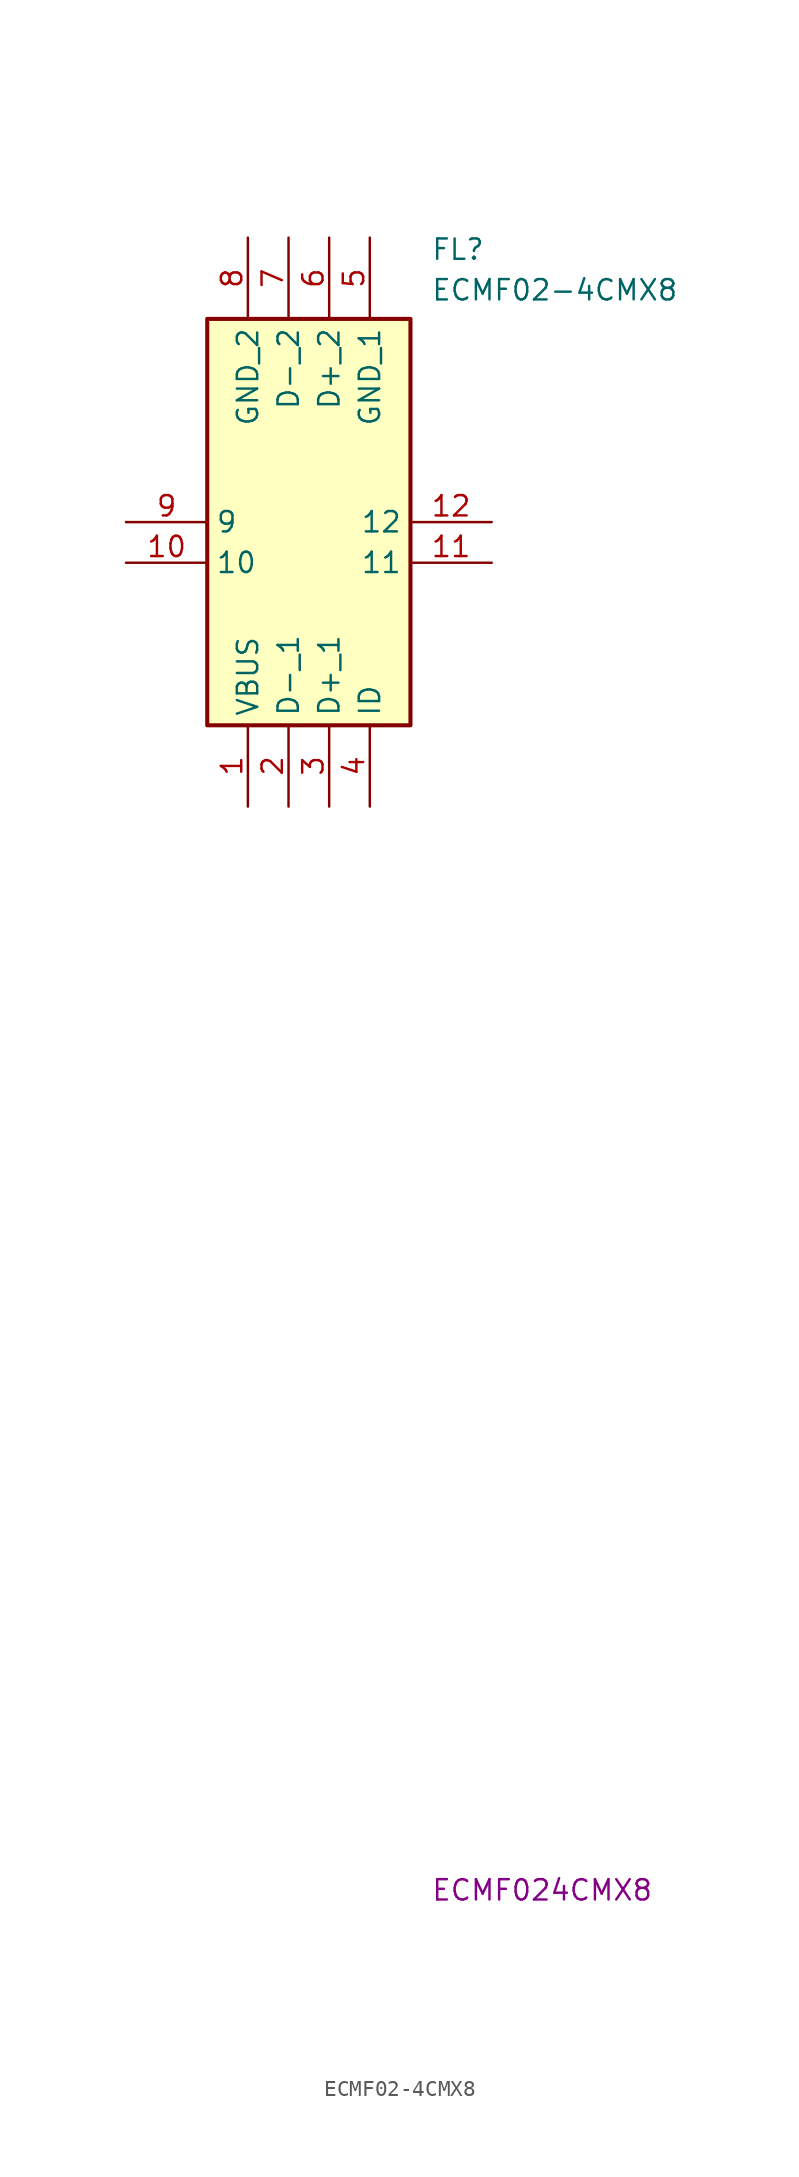
<source format=kicad_sym>
(kicad_symbol_lib
  (version 20231120)
  (generator "kicad_symbol_editor")
  (generator_version "8.0")
  (symbol "ECMF02-4CMX8"
    (property "Reference" "FL"
      (at 19.05 17.78 0)
      (effects (font (size 1.27 1.27)) (justify left top)))
    (property "Value" "ECMF02-4CMX8"
      (at 19.05 15.24 0)
      (effects (font (size 1.27 1.27)) (justify left top)))
    (property "Footprint" "ECMF024CMX8"
      (at 19.05 -84.76 0)
      (effects (font (size 1.27 1.27)) (justify left top)))
    (symbol "ECMF02-4CMX8_1_1"
      (rectangle (start 5.08 12.7) (end 17.78 -12.7) (stroke (width 0.254) (type default)) (fill (type background)))
      (pin passive line (at 7.62 -17.78 90) (length 5.08) (name "VBUS" (effects (font (size 1.27 1.27)))) (number "1" (effects (font (size 1.27 1.27)))))
      (pin passive line (at 0 -2.54 0) (length 5.08) (name "10" (effects (font (size 1.27 1.27)))) (number "10" (effects (font (size 1.27 1.27)))))
      (pin passive line (at 22.86 -2.54 180) (length 5.08) (name "11" (effects (font (size 1.27 1.27)))) (number "11" (effects (font (size 1.27 1.27)))))
      (pin passive line (at 22.86 0 180) (length 5.08) (name "12" (effects (font (size 1.27 1.27)))) (number "12" (effects (font (size 1.27 1.27)))))
      (pin passive line (at 10.16 -17.78 90) (length 5.08) (name "D-_1" (effects (font (size 1.27 1.27)))) (number "2" (effects (font (size 1.27 1.27)))))
      (pin passive line (at 12.7 -17.78 90) (length 5.08) (name "D+_1" (effects (font (size 1.27 1.27)))) (number "3" (effects (font (size 1.27 1.27)))))
      (pin passive line (at 15.24 -17.78 90) (length 5.08) (name "ID" (effects (font (size 1.27 1.27)))) (number "4" (effects (font (size 1.27 1.27)))))
      (pin passive line (at 15.24 17.78 270) (length 5.08) (name "GND_1" (effects (font (size 1.27 1.27)))) (number "5" (effects (font (size 1.27 1.27)))))
      (pin passive line (at 12.7 17.78 270) (length 5.08) (name "D+_2" (effects (font (size 1.27 1.27)))) (number "6" (effects (font (size 1.27 1.27)))))
      (pin passive line (at 10.16 17.78 270) (length 5.08) (name "D-_2" (effects (font (size 1.27 1.27)))) (number "7" (effects (font (size 1.27 1.27)))))
      (pin passive line (at 7.62 17.78 270) (length 5.08) (name "GND_2" (effects (font (size 1.27 1.27)))) (number "8" (effects (font (size 1.27 1.27)))))
      (pin passive line (at 0 0 0) (length 5.08) (name "9" (effects (font (size 1.27 1.27)))) (number "9" (effects (font (size 1.27 1.27))))))))
</source>
